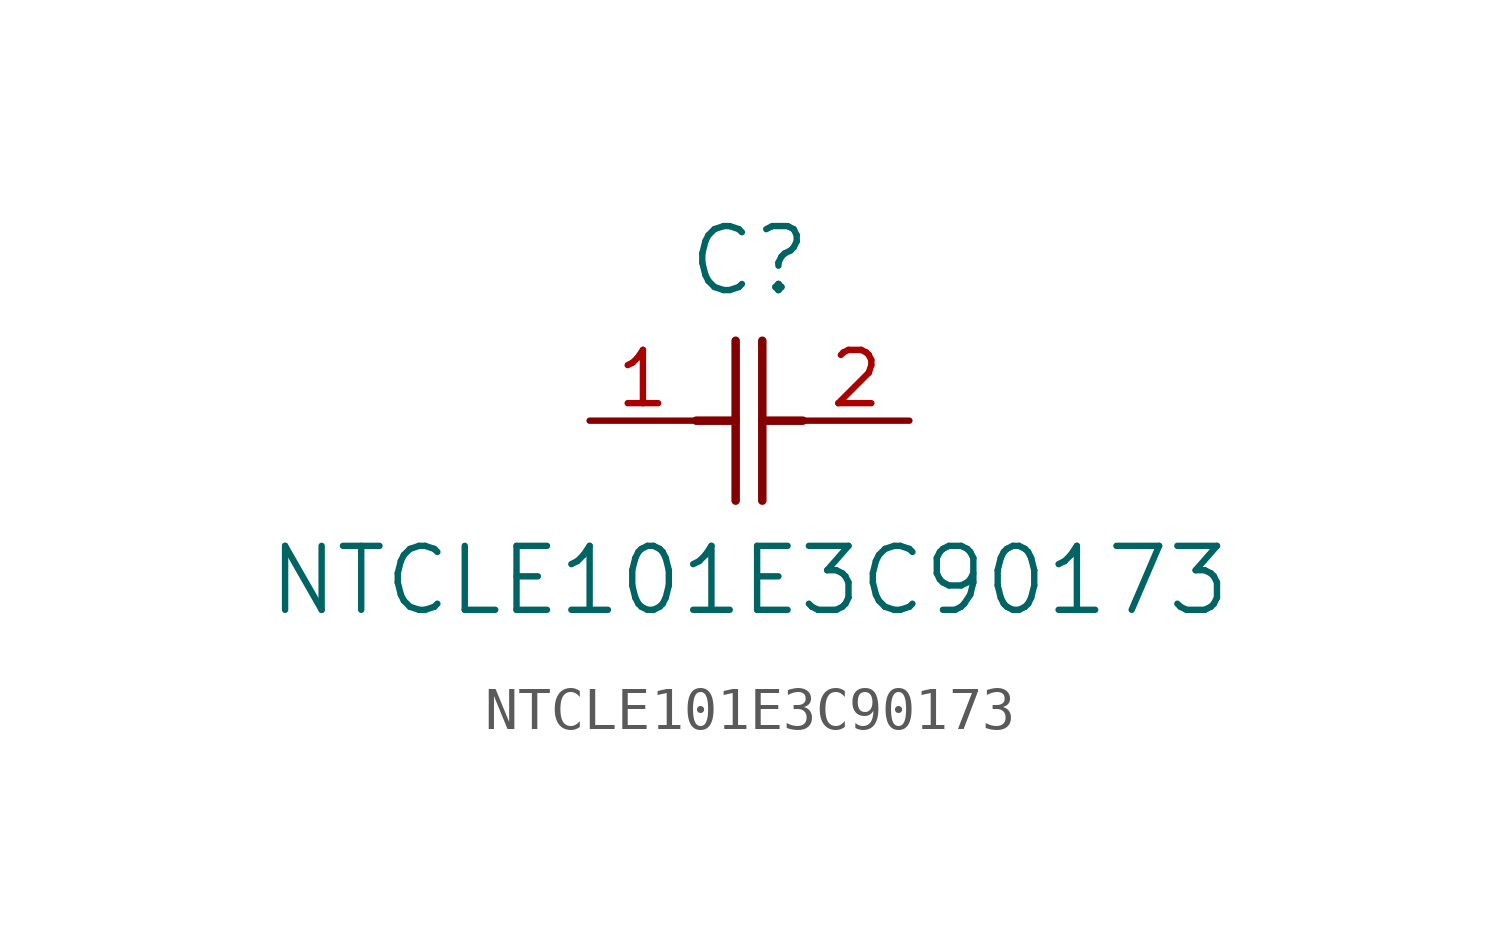
<source format=kicad_sym>
(kicad_symbol_lib
  (version 20211014)
  (generator kicad_symbol_editor)
  (symbol "NTCLE101E3C90173"
    (pin_names
      (offset 0.254))
    (property "Reference" "C"
      (at 3.81 3.81 0)
      (effects (font (size 1.524 1.524))))
    (property "Value" "NTCLE101E3C90173"
      (at 3.81 -3.81 0)
      (effects (font (size 1.524 1.524))))
    (symbol "NTCLE101E3C90173_0_1"
      (polyline (pts (xy 3.48 -1.905) (xy 3.48 1.905)) (stroke (width 0.203) (type default) (color 0 0 0 0)) (fill (type none)))
      (polyline (pts (xy 4.115 -1.905) (xy 4.115 1.905)) (stroke (width 0.203) (type default) (color 0 0 0 0)) (fill (type none)))
      (polyline (pts (xy 4.115 0) (xy 5.08 0)) (stroke (width 0.203) (type default) (color 0 0 0 0)) (fill (type none)))
      (polyline (pts (xy 2.54 0) (xy 3.48 0)) (stroke (width 0.203) (type default) (color 0 0 0 0)) (fill (type none)))
      (pin unspecified line (at 0 0 0) (length 2.54) (name "" (effects (font (size 1.27 1.27)))) (number "1" (effects (font (size 1.27 1.27)))))
      (pin unspecified line (at 7.62 0 180) (length 2.54) (name "" (effects (font (size 1.27 1.27)))) (number "2" (effects (font (size 1.27 1.27))))))))
</source>
